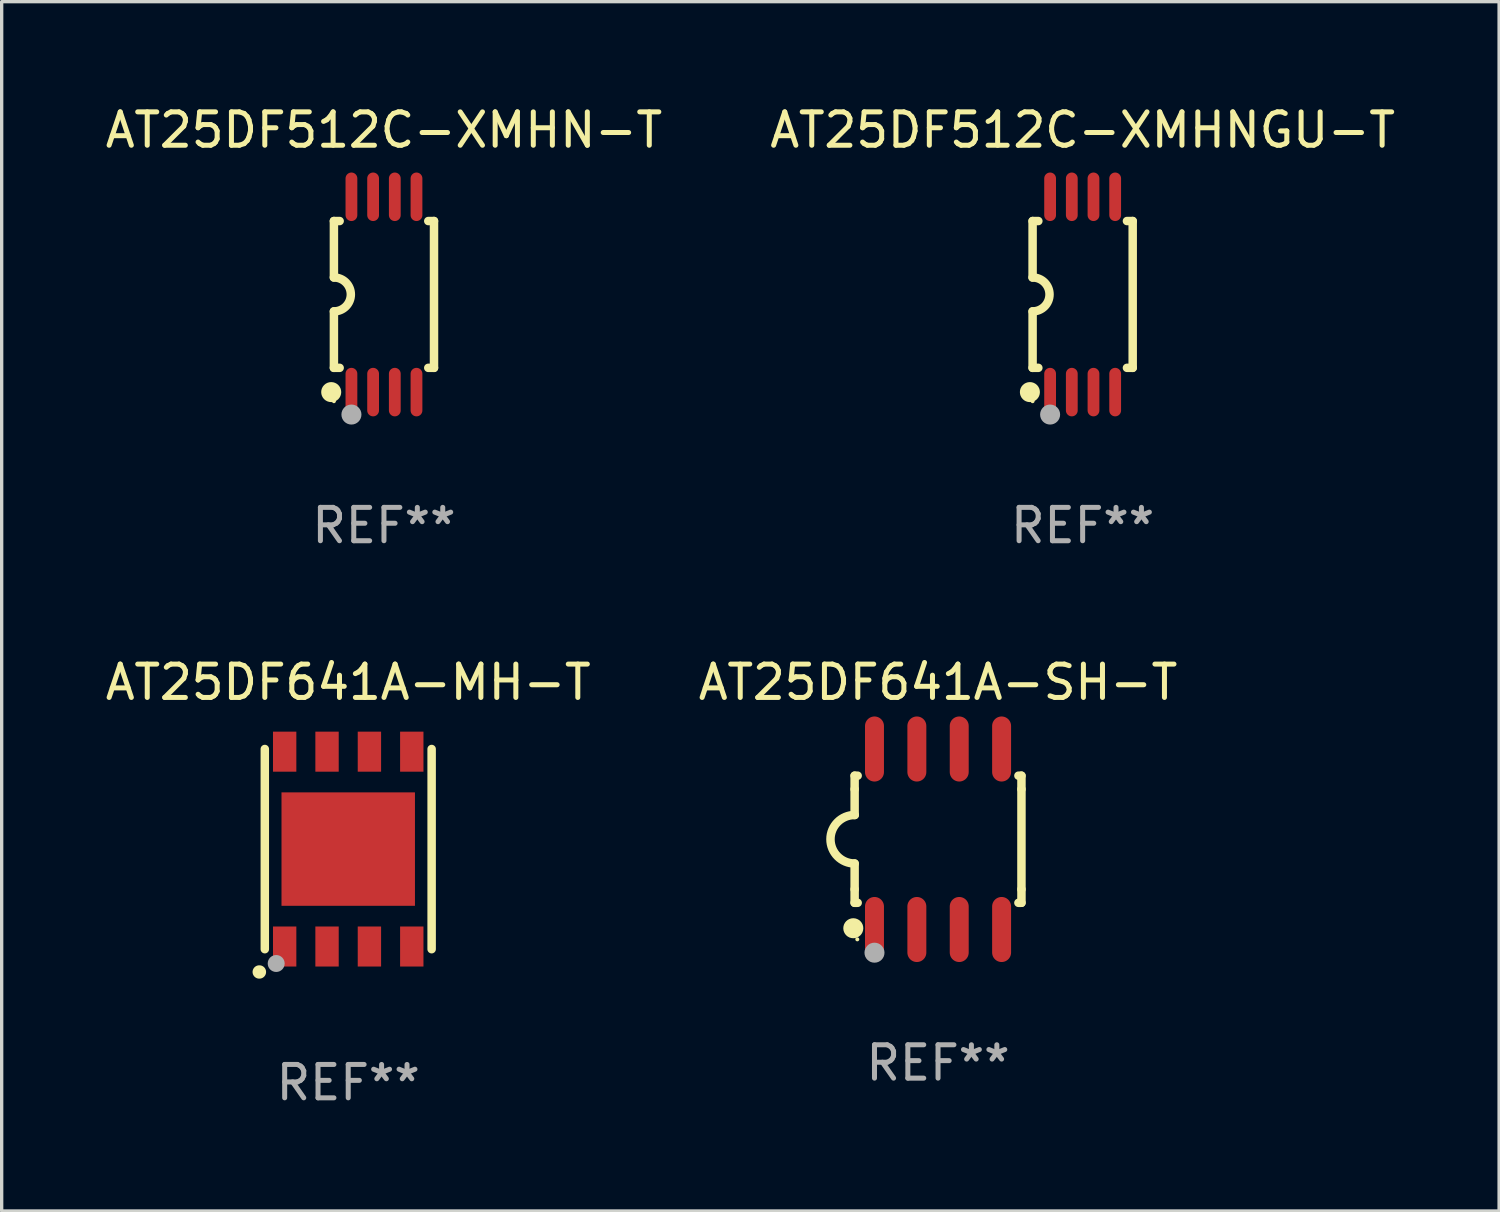
<source format=kicad_pcb>
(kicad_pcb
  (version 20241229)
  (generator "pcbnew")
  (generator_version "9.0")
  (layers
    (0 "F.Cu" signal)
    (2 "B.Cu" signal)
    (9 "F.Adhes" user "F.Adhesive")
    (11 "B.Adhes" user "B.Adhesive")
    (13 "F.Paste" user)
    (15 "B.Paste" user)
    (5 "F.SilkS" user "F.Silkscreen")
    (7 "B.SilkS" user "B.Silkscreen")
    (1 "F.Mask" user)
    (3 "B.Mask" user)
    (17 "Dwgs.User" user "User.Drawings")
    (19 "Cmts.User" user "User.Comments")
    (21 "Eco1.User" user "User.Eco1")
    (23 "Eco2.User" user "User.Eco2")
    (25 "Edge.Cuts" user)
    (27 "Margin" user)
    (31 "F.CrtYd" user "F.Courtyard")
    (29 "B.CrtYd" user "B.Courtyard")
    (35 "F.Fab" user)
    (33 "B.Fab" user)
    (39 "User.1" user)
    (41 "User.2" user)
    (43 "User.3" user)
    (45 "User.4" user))
  (footprint "AT25DF641A-SH-T"
    (layer "F.Cu")
    (at 25.065 22.104)
    (property "Reference" "AT25DF641A-SH-T" (at 0 -4.705 0) (layer "F.SilkS") (effects (font (size 1 1) (thickness 0.15))))
    (attr through_hole)
    (fp_line (start -2.5 -1.905) (end -2.409 -1.905) (stroke (width 0.254) (type solid)) (layer "F.SilkS"))
    (fp_line (start -2.5 -1.5) (end -2.5 -1.905) (stroke (width 0.254) (type solid)) (layer "F.SilkS"))
    (fp_line (start -2.5 -1.5) (end -2.5 -0.726) (stroke (width 0.254) (type solid)) (layer "F.SilkS"))
    (fp_line (start -2.5 1.5) (end -2.5 0.727) (stroke (width 0.254) (type solid)) (layer "F.SilkS"))
    (fp_line (start -2.5 1.5) (end -2.5 1.905) (stroke (width 0.254) (type solid)) (layer "F.SilkS"))
    (fp_line (start -2.5 1.905) (end -2.409 1.905) (stroke (width 0.254) (type solid)) (layer "F.SilkS"))
    (fp_line (start 2.5 -1.905) (end 2.409 -1.905) (stroke (width 0.254) (type solid)) (layer "F.SilkS"))
    (fp_line (start 2.5 -1.5) (end 2.5 -1.905) (stroke (width 0.254) (type solid)) (layer "F.SilkS"))
    (fp_line (start 2.5 -1.5) (end 2.5 1.5) (stroke (width 0.254) (type solid)) (layer "F.SilkS"))
    (fp_line (start 2.5 1.5) (end 2.5 1.905) (stroke (width 0.254) (type solid)) (layer "F.SilkS"))
    (fp_line (start 2.5 1.905) (end 2.409 1.905) (stroke (width 0.254) (type solid)) (layer "F.SilkS"))
    (fp_arc (start -2.5 0.726568) (mid -3.220316 -0.0023) (end -2.495097 -0.726289) (stroke (width 0.254001) (type solid)) (layer "F.SilkS"))
    (fp_circle (center -2.54 2.667) (end -2.39 2.667) (stroke (width 0.3) (type solid)) (fill no) (layer "F.SilkS"))
    (fp_circle (center -2.42 3) (end -2.39 3) (stroke (width 0.06) (type solid)) (fill no) (layer "F.SilkS"))
    (fp_circle (center -1.905 3.4) (end -1.755 3.4) (stroke (width 0.3) (type solid)) (fill no) (layer "F.Fab"))
    (fp_text user "REF**" (at 0 6.705 0) (layer "F.Fab") (effects (font (size 1 1) (thickness 0.15))))
    (pad "1" smd oval (at -1.905 2.705) (size 0.568 1.95) (layers "F.Cu" "F.Mask" "F.Paste"))
    (pad "2" smd oval (at -0.635 2.705) (size 0.568 1.95) (layers "F.Cu" "F.Mask" "F.Paste"))
    (pad "3" smd oval (at 0.635 2.705) (size 0.568 1.95) (layers "F.Cu" "F.Mask" "F.Paste"))
    (pad "4" smd oval (at 1.905 2.705) (size 0.568 1.95) (layers "F.Cu" "F.Mask" "F.Paste"))
    (pad "5" smd oval (at 1.905 -2.705) (size 0.568 1.95) (layers "F.Cu" "F.Mask" "F.Paste"))
    (pad "6" smd oval (at 0.635 -2.705) (size 0.568 1.95) (layers "F.Cu" "F.Mask" "F.Paste"))
    (pad "7" smd oval (at -0.635 -2.705) (size 0.568 1.95) (layers "F.Cu" "F.Mask" "F.Paste"))
    (pad "8" smd oval (at -1.905 -2.705) (size 0.568 1.95) (layers "F.Cu" "F.Mask" "F.Paste")))
  (footprint "AT25DF641A-MH-T"
    (layer "F.Cu")
    (at 7.387 22.399)
    (property "Reference" "AT25DF641A-MH-T" (at 0 -5 0) (layer "F.SilkS") (effects (font (size 1 1) (thickness 0.15))))
    (attr through_hole)
    (fp_line (start -2.5 -3) (end -2.5 3) (stroke (width 0.254) (type solid)) (layer "F.SilkS"))
    (fp_line (start 2.5 -3) (end 2.5 3) (stroke (width 0.254) (type solid)) (layer "F.SilkS"))
    (fp_arc (start -2.667005 3.683007) (mid -2.664465 3.682991) (end -2.661925 3.683007) (stroke (width 0.4) (type solid)) (layer "F.SilkS"))
    (fp_circle (center -2.5 3) (end -2.47 3) (stroke (width 0.06) (type solid)) (fill no) (layer "F.SilkS"))
    (fp_circle (center -2.159 3.429) (end -2.032 3.429) (stroke (width 0.254) (type solid)) (fill no) (layer "F.Fab"))
    (fp_text user "REF**" (at 0 7 0) (layer "F.Fab") (effects (font (size 1 1) (thickness 0.15))))
    (pad "1" smd rect (at -1.905 2.92 90) (size 1.2 0.7) (layers "F.Cu" "F.Mask" "F.Paste"))
    (pad "2" smd rect (at -0.635 2.92 90) (size 1.2 0.7) (layers "F.Cu" "F.Mask" "F.Paste"))
    (pad "3" smd rect (at 0.635 2.92 90) (size 1.2 0.7) (layers "F.Cu" "F.Mask" "F.Paste"))
    (pad "4" smd rect (at 1.905 2.92 90) (size 1.2 0.7) (layers "F.Cu" "F.Mask" "F.Paste"))
    (pad "5" smd rect (at 1.905 -2.92 90) (size 1.2 0.7) (layers "F.Cu" "F.Mask" "F.Paste"))
    (pad "6" smd rect (at 0.635 -2.92 90) (size 1.2 0.7) (layers "F.Cu" "F.Mask" "F.Paste"))
    (pad "7" smd rect (at -0.635 -2.92 90) (size 1.2 0.7) (layers "F.Cu" "F.Mask" "F.Paste"))
    (pad "8" smd rect (at -1.905 -2.92 90) (size 1.2 0.7) (layers "F.Cu" "F.Mask" "F.Paste"))
    (pad "9" smd rect (at 0 0 90) (size 3.4 4) (layers "F.Cu" "F.Mask" "F.Paste")))
  (footprint "AT25DF512C-XMHNGU-T"
    (layer "F.Cu")
    (at 29.399 5.775)
    (property "Reference" "AT25DF512C-XMHNGU-T" (at 0 -4.927 0) (layer "F.SilkS") (effects (font (size 1 1) (thickness 0.15))))
    (attr through_hole)
    (fp_line (start -1.5 -2.2) (end -1.5 -0.508) (stroke (width 0.254) (type solid)) (layer "F.SilkS"))
    (fp_line (start -1.5 -2.2) (end -1.328 -2.2) (stroke (width 0.254) (type solid)) (layer "F.SilkS"))
    (fp_line (start -1.5 2.2) (end -1.5 0.508) (stroke (width 0.254) (type solid)) (layer "F.SilkS"))
    (fp_line (start -1.5 2.2) (end -1.328 2.2) (stroke (width 0.254) (type solid)) (layer "F.SilkS"))
    (fp_line (start 1.328 -2.2) (end 1.5 -2.2) (stroke (width 0.254) (type solid)) (layer "F.SilkS"))
    (fp_line (start 1.328 2.2) (end 1.5 2.2) (stroke (width 0.254) (type solid)) (layer "F.SilkS"))
    (fp_line (start 1.5 -2.2) (end 1.5 2.2) (stroke (width 0.254) (type solid)) (layer "F.SilkS"))
    (fp_arc (start -1.501144 -0.508) (mid -0.993143 -0.000571) (end -1.5 0.508001) (stroke (width 0.254001) (type solid)) (layer "F.SilkS"))
    (fp_circle (center -1.581 2.927) (end -1.431 2.927) (stroke (width 0.3) (type solid)) (fill no) (layer "F.SilkS"))
    (fp_circle (center -1.5 3.2) (end -1.47 3.2) (stroke (width 0.06) (type solid)) (fill no) (layer "F.SilkS"))
    (fp_circle (center -0.975 3.6) (end -0.825 3.6) (stroke (width 0.3) (type solid)) (fill no) (layer "F.Fab"))
    (fp_text user "REF**" (at 0 6.927 0) (layer "F.Fab") (effects (font (size 1 1) (thickness 0.15))))
    (pad "1" smd oval (at -0.975 2.927) (size 0.353 1.454) (layers "F.Cu" "F.Mask" "F.Paste"))
    (pad "2" smd oval (at -0.325 2.927) (size 0.353 1.454) (layers "F.Cu" "F.Mask" "F.Paste"))
    (pad "3" smd oval (at 0.325 2.927) (size 0.353 1.454) (layers "F.Cu" "F.Mask" "F.Paste"))
    (pad "4" smd oval (at 0.975 2.927) (size 0.353 1.454) (layers "F.Cu" "F.Mask" "F.Paste"))
    (pad "5" smd oval (at 0.975 -2.927) (size 0.353 1.454) (layers "F.Cu" "F.Mask" "F.Paste"))
    (pad "6" smd oval (at 0.325 -2.927) (size 0.353 1.454) (layers "F.Cu" "F.Mask" "F.Paste"))
    (pad "7" smd oval (at -0.325 -2.927) (size 0.353 1.454) (layers "F.Cu" "F.Mask" "F.Paste"))
    (pad "8" smd oval (at -0.975 -2.927) (size 0.353 1.454) (layers "F.Cu" "F.Mask" "F.Paste")))
  (footprint "AT25DF512C-XMHN-T"
    (layer "F.Cu")
    (at 8.458 5.775)
    (property "Reference" "AT25DF512C-XMHN-T" (at 0 -4.927 0) (layer "F.SilkS") (effects (font (size 1 1) (thickness 0.15))))
    (attr through_hole)
    (fp_line (start -1.5 -2.2) (end -1.5 -0.508) (stroke (width 0.254) (type solid)) (layer "F.SilkS"))
    (fp_line (start -1.5 -2.2) (end -1.328 -2.2) (stroke (width 0.254) (type solid)) (layer "F.SilkS"))
    (fp_line (start -1.5 2.2) (end -1.5 0.508) (stroke (width 0.254) (type solid)) (layer "F.SilkS"))
    (fp_line (start -1.5 2.2) (end -1.328 2.2) (stroke (width 0.254) (type solid)) (layer "F.SilkS"))
    (fp_line (start 1.328 -2.2) (end 1.5 -2.2) (stroke (width 0.254) (type solid)) (layer "F.SilkS"))
    (fp_line (start 1.328 2.2) (end 1.5 2.2) (stroke (width 0.254) (type solid)) (layer "F.SilkS"))
    (fp_line (start 1.5 -2.2) (end 1.5 2.2) (stroke (width 0.254) (type solid)) (layer "F.SilkS"))
    (fp_arc (start -1.501144 -0.508) (mid -0.993143 -0.000571) (end -1.5 0.508001) (stroke (width 0.254001) (type solid)) (layer "F.SilkS"))
    (fp_circle (center -1.581 2.927) (end -1.431 2.927) (stroke (width 0.3) (type solid)) (fill no) (layer "F.SilkS"))
    (fp_circle (center -1.5 3.2) (end -1.47 3.2) (stroke (width 0.06) (type solid)) (fill no) (layer "F.SilkS"))
    (fp_circle (center -0.975 3.6) (end -0.825 3.6) (stroke (width 0.3) (type solid)) (fill no) (layer "F.Fab"))
    (fp_text user "REF**" (at 0 6.927 0) (layer "F.Fab") (effects (font (size 1 1) (thickness 0.15))))
    (pad "1" smd oval (at -0.975 2.927) (size 0.353 1.454) (layers "F.Cu" "F.Mask" "F.Paste"))
    (pad "2" smd oval (at -0.325 2.927) (size 0.353 1.454) (layers "F.Cu" "F.Mask" "F.Paste"))
    (pad "3" smd oval (at 0.325 2.927) (size 0.353 1.454) (layers "F.Cu" "F.Mask" "F.Paste"))
    (pad "4" smd oval (at 0.975 2.927) (size 0.353 1.454) (layers "F.Cu" "F.Mask" "F.Paste"))
    (pad "5" smd oval (at 0.975 -2.927) (size 0.353 1.454) (layers "F.Cu" "F.Mask" "F.Paste"))
    (pad "6" smd oval (at 0.325 -2.927) (size 0.353 1.454) (layers "F.Cu" "F.Mask" "F.Paste"))
    (pad "7" smd oval (at -0.325 -2.927) (size 0.353 1.454) (layers "F.Cu" "F.Mask" "F.Paste"))
    (pad "8" smd oval (at -0.975 -2.927) (size 0.353 1.454) (layers "F.Cu" "F.Mask" "F.Paste")))
  (gr_rect
    (start -3 -3)
    (end 41.881 33.247)
    (stroke (width 0.1) (type default))
    (fill no)
    (layer "Edge.Cuts")))
</source>
